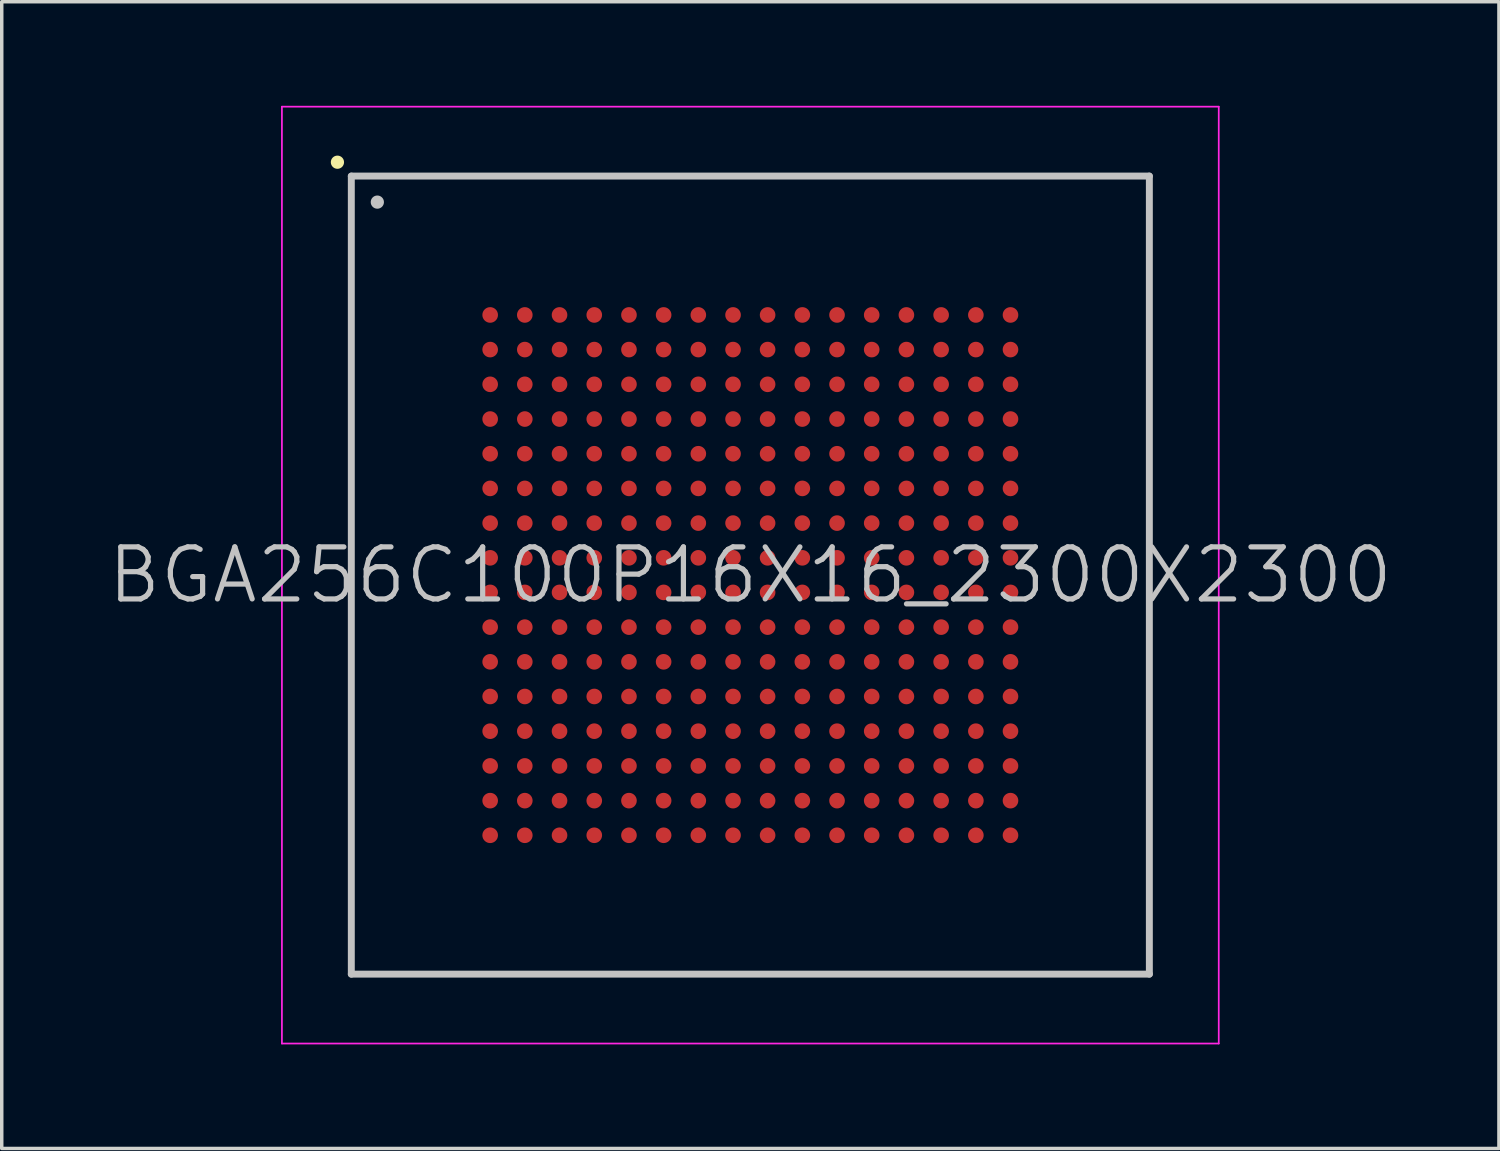
<source format=kicad_pcb>
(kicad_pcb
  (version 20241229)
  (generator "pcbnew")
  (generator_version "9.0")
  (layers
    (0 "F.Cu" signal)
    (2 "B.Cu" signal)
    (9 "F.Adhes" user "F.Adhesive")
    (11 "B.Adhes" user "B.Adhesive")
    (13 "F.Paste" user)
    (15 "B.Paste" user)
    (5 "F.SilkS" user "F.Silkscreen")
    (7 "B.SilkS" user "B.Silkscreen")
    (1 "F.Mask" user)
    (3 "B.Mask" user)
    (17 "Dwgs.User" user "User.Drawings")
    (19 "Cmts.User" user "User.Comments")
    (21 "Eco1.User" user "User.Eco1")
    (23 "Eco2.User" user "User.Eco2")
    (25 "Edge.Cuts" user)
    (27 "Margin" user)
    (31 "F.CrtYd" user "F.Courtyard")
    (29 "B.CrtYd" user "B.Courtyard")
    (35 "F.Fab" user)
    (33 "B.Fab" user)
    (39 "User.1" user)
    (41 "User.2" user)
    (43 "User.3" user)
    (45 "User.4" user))
  (footprint "BGA256C100P16X16_2300X2300"
    (layer "F.Cu")
    (at 18.575 13.525)
    (property "Reference" "BGA256C100P16X16_2300X2300" (at 0 0 0) (layer "Dwgs.User") (effects (font (size 1.5 1.5) (thickness 0.15))))
    (attr smd)
    (fp_line (start -11.9 -11.9) (end -11.9 -11.9) (stroke (width 0.381) (type solid)) (layer "F.SilkS"))
    (fp_line (start -11.5 -11.5) (end -11.5 11.5) (stroke (width 0.2) (type solid)) (layer "Dwgs.User"))
    (fp_line (start -11.5 -11.5) (end 11.5 -11.5) (stroke (width 0.2) (type solid)) (layer "Dwgs.User"))
    (fp_line (start -11.5 11.5) (end 11.5 11.5) (stroke (width 0.2) (type solid)) (layer "Dwgs.User"))
    (fp_line (start -10.75 -10.75) (end -10.75 -10.75) (stroke (width 0.381) (type solid)) (layer "Dwgs.User"))
    (fp_line (start 11.5 -11.5) (end 11.5 11.5) (stroke (width 0.2) (type solid)) (layer "Dwgs.User"))
    (fp_line (start -13.5 -13.5) (end -13.5 13.5) (stroke (width 0.05) (type solid)) (layer "F.CrtYd"))
    (fp_line (start -13.5 -13.5) (end 13.5 -13.5) (stroke (width 0.05) (type solid)) (layer "F.CrtYd"))
    (fp_line (start -13.5 13.5) (end 13.5 13.5) (stroke (width 0.05) (type solid)) (layer "F.CrtYd"))
    (fp_line (start 13.5 -13.5) (end 13.5 13.5) (stroke (width 0.05) (type solid)) (layer "F.CrtYd"))
    (pad "A1" smd circle (at -7.498 -7.498 270) (size 0.45 0.45) (layers "F.Cu" "F.Mask" "F.Paste"))
    (pad "A2" smd circle (at -6.5 -7.498 270) (size 0.45 0.45) (layers "F.Cu" "F.Mask" "F.Paste"))
    (pad "A3" smd circle (at -5.499 -7.498 270) (size 0.45 0.45) (layers "F.Cu" "F.Mask" "F.Paste"))
    (pad "A4" smd circle (at -4.498 -7.498 270) (size 0.45 0.45) (layers "F.Cu" "F.Mask" "F.Paste"))
    (pad "A5" smd circle (at -3.498 -7.498 270) (size 0.45 0.45) (layers "F.Cu" "F.Mask" "F.Paste"))
    (pad "A6" smd circle (at -2.499 -7.498 270) (size 0.45 0.45) (layers "F.Cu" "F.Mask" "F.Paste"))
    (pad "A7" smd circle (at -1.499 -7.498 270) (size 0.45 0.45) (layers "F.Cu" "F.Mask" "F.Paste"))
    (pad "A8" smd circle (at -0.498 -7.498 270) (size 0.45 0.45) (layers "F.Cu" "F.Mask" "F.Paste"))
    (pad "A9" smd circle (at 0.498 -7.498 270) (size 0.45 0.45) (layers "F.Cu" "F.Mask" "F.Paste"))
    (pad "A10" smd circle (at 1.499 -7.498 270) (size 0.45 0.45) (layers "F.Cu" "F.Mask" "F.Paste"))
    (pad "A11" smd circle (at 2.499 -7.498 270) (size 0.45 0.45) (layers "F.Cu" "F.Mask" "F.Paste"))
    (pad "A12" smd circle (at 3.498 -7.498 270) (size 0.45 0.45) (layers "F.Cu" "F.Mask" "F.Paste"))
    (pad "A13" smd circle (at 4.498 -7.498 270) (size 0.45 0.45) (layers "F.Cu" "F.Mask" "F.Paste"))
    (pad "A14" smd circle (at 5.499 -7.498 270) (size 0.45 0.45) (layers "F.Cu" "F.Mask" "F.Paste"))
    (pad "A15" smd circle (at 6.5 -7.498 270) (size 0.45 0.45) (layers "F.Cu" "F.Mask" "F.Paste"))
    (pad "A16" smd circle (at 7.498 -7.498 270) (size 0.45 0.45) (layers "F.Cu" "F.Mask" "F.Paste"))
    (pad "B1" smd circle (at -7.498 -6.5 270) (size 0.45 0.45) (layers "F.Cu" "F.Mask" "F.Paste"))
    (pad "B2" smd circle (at -6.5 -6.5 270) (size 0.45 0.45) (layers "F.Cu" "F.Mask" "F.Paste"))
    (pad "B3" smd circle (at -5.499 -6.5 270) (size 0.45 0.45) (layers "F.Cu" "F.Mask" "F.Paste"))
    (pad "B4" smd circle (at -4.498 -6.5 270) (size 0.45 0.45) (layers "F.Cu" "F.Mask" "F.Paste"))
    (pad "B5" smd circle (at -3.498 -6.5 270) (size 0.45 0.45) (layers "F.Cu" "F.Mask" "F.Paste"))
    (pad "B6" smd circle (at -2.499 -6.5 270) (size 0.45 0.45) (layers "F.Cu" "F.Mask" "F.Paste"))
    (pad "B7" smd circle (at -1.499 -6.5 270) (size 0.45 0.45) (layers "F.Cu" "F.Mask" "F.Paste"))
    (pad "B8" smd circle (at -0.498 -6.5 270) (size 0.45 0.45) (layers "F.Cu" "F.Mask" "F.Paste"))
    (pad "B9" smd circle (at 0.498 -6.5 270) (size 0.45 0.45) (layers "F.Cu" "F.Mask" "F.Paste"))
    (pad "B10" smd circle (at 1.499 -6.5 270) (size 0.45 0.45) (layers "F.Cu" "F.Mask" "F.Paste"))
    (pad "B11" smd circle (at 2.499 -6.5 270) (size 0.45 0.45) (layers "F.Cu" "F.Mask" "F.Paste"))
    (pad "B12" smd circle (at 3.498 -6.5 270) (size 0.45 0.45) (layers "F.Cu" "F.Mask" "F.Paste"))
    (pad "B13" smd circle (at 4.498 -6.5 270) (size 0.45 0.45) (layers "F.Cu" "F.Mask" "F.Paste"))
    (pad "B14" smd circle (at 5.499 -6.5 270) (size 0.45 0.45) (layers "F.Cu" "F.Mask" "F.Paste"))
    (pad "B15" smd circle (at 6.5 -6.5 270) (size 0.45 0.45) (layers "F.Cu" "F.Mask" "F.Paste"))
    (pad "B16" smd circle (at 7.498 -6.5 270) (size 0.45 0.45) (layers "F.Cu" "F.Mask" "F.Paste"))
    (pad "C1" smd circle (at -7.498 -5.499 270) (size 0.45 0.45) (layers "F.Cu" "F.Mask" "F.Paste"))
    (pad "C2" smd circle (at -6.5 -5.499 270) (size 0.45 0.45) (layers "F.Cu" "F.Mask" "F.Paste"))
    (pad "C3" smd circle (at -5.499 -5.499 270) (size 0.45 0.45) (layers "F.Cu" "F.Mask" "F.Paste"))
    (pad "C4" smd circle (at -4.498 -5.499 270) (size 0.45 0.45) (layers "F.Cu" "F.Mask" "F.Paste"))
    (pad "C5" smd circle (at -3.498 -5.499 270) (size 0.45 0.45) (layers "F.Cu" "F.Mask" "F.Paste"))
    (pad "C6" smd circle (at -2.499 -5.499 270) (size 0.45 0.45) (layers "F.Cu" "F.Mask" "F.Paste"))
    (pad "C7" smd circle (at -1.499 -5.499 270) (size 0.45 0.45) (layers "F.Cu" "F.Mask" "F.Paste"))
    (pad "C8" smd circle (at -0.498 -5.499 270) (size 0.45 0.45) (layers "F.Cu" "F.Mask" "F.Paste"))
    (pad "C9" smd circle (at 0.498 -5.499 270) (size 0.45 0.45) (layers "F.Cu" "F.Mask" "F.Paste"))
    (pad "C10" smd circle (at 1.499 -5.499 270) (size 0.45 0.45) (layers "F.Cu" "F.Mask" "F.Paste"))
    (pad "C11" smd circle (at 2.499 -5.499 270) (size 0.45 0.45) (layers "F.Cu" "F.Mask" "F.Paste"))
    (pad "C12" smd circle (at 3.498 -5.499 270) (size 0.45 0.45) (layers "F.Cu" "F.Mask" "F.Paste"))
    (pad "C13" smd circle (at 4.498 -5.499 270) (size 0.45 0.45) (layers "F.Cu" "F.Mask" "F.Paste"))
    (pad "C14" smd circle (at 5.499 -5.499 270) (size 0.45 0.45) (layers "F.Cu" "F.Mask" "F.Paste"))
    (pad "C15" smd circle (at 6.5 -5.499 270) (size 0.45 0.45) (layers "F.Cu" "F.Mask" "F.Paste"))
    (pad "C16" smd circle (at 7.498 -5.499 270) (size 0.45 0.45) (layers "F.Cu" "F.Mask" "F.Paste"))
    (pad "D1" smd circle (at -7.498 -4.498 270) (size 0.45 0.45) (layers "F.Cu" "F.Mask" "F.Paste"))
    (pad "D2" smd circle (at -6.5 -4.498 270) (size 0.45 0.45) (layers "F.Cu" "F.Mask" "F.Paste"))
    (pad "D3" smd circle (at -5.499 -4.498 270) (size 0.45 0.45) (layers "F.Cu" "F.Mask" "F.Paste"))
    (pad "D4" smd circle (at -4.498 -4.498 270) (size 0.45 0.45) (layers "F.Cu" "F.Mask" "F.Paste"))
    (pad "D5" smd circle (at -3.498 -4.498 270) (size 0.45 0.45) (layers "F.Cu" "F.Mask" "F.Paste"))
    (pad "D6" smd circle (at -2.499 -4.498 270) (size 0.45 0.45) (layers "F.Cu" "F.Mask" "F.Paste"))
    (pad "D7" smd circle (at -1.499 -4.498 270) (size 0.45 0.45) (layers "F.Cu" "F.Mask" "F.Paste"))
    (pad "D8" smd circle (at -0.498 -4.498 270) (size 0.45 0.45) (layers "F.Cu" "F.Mask" "F.Paste"))
    (pad "D9" smd circle (at 0.498 -4.498 270) (size 0.45 0.45) (layers "F.Cu" "F.Mask" "F.Paste"))
    (pad "D10" smd circle (at 1.499 -4.498 270) (size 0.45 0.45) (layers "F.Cu" "F.Mask" "F.Paste"))
    (pad "D11" smd circle (at 2.499 -4.498 270) (size 0.45 0.45) (layers "F.Cu" "F.Mask" "F.Paste"))
    (pad "D12" smd circle (at 3.498 -4.498 270) (size 0.45 0.45) (layers "F.Cu" "F.Mask" "F.Paste"))
    (pad "D13" smd circle (at 4.498 -4.498 270) (size 0.45 0.45) (layers "F.Cu" "F.Mask" "F.Paste"))
    (pad "D14" smd circle (at 5.499 -4.498 270) (size 0.45 0.45) (layers "F.Cu" "F.Mask" "F.Paste"))
    (pad "D15" smd circle (at 6.5 -4.498 270) (size 0.45 0.45) (layers "F.Cu" "F.Mask" "F.Paste"))
    (pad "D16" smd circle (at 7.498 -4.498 270) (size 0.45 0.45) (layers "F.Cu" "F.Mask" "F.Paste"))
    (pad "E1" smd circle (at -7.498 -3.498 270) (size 0.45 0.45) (layers "F.Cu" "F.Mask" "F.Paste"))
    (pad "E2" smd circle (at -6.5 -3.498 270) (size 0.45 0.45) (layers "F.Cu" "F.Mask" "F.Paste"))
    (pad "E3" smd circle (at -5.499 -3.498 270) (size 0.45 0.45) (layers "F.Cu" "F.Mask" "F.Paste"))
    (pad "E4" smd circle (at -4.498 -3.498 270) (size 0.45 0.45) (layers "F.Cu" "F.Mask" "F.Paste"))
    (pad "E5" smd circle (at -3.498 -3.498 270) (size 0.45 0.45) (layers "F.Cu" "F.Mask" "F.Paste"))
    (pad "E6" smd circle (at -2.499 -3.498 270) (size 0.45 0.45) (layers "F.Cu" "F.Mask" "F.Paste"))
    (pad "E7" smd circle (at -1.499 -3.498 270) (size 0.45 0.45) (layers "F.Cu" "F.Mask" "F.Paste"))
    (pad "E8" smd circle (at -0.498 -3.498 270) (size 0.45 0.45) (layers "F.Cu" "F.Mask" "F.Paste"))
    (pad "E9" smd circle (at 0.498 -3.498 270) (size 0.45 0.45) (layers "F.Cu" "F.Mask" "F.Paste"))
    (pad "E10" smd circle (at 1.499 -3.498 270) (size 0.45 0.45) (layers "F.Cu" "F.Mask" "F.Paste"))
    (pad "E11" smd circle (at 2.499 -3.498 270) (size 0.45 0.45) (layers "F.Cu" "F.Mask" "F.Paste"))
    (pad "E12" smd circle (at 3.498 -3.498 270) (size 0.45 0.45) (layers "F.Cu" "F.Mask" "F.Paste"))
    (pad "E13" smd circle (at 4.498 -3.498 270) (size 0.45 0.45) (layers "F.Cu" "F.Mask" "F.Paste"))
    (pad "E14" smd circle (at 5.499 -3.498 270) (size 0.45 0.45) (layers "F.Cu" "F.Mask" "F.Paste"))
    (pad "E15" smd circle (at 6.5 -3.498 270) (size 0.45 0.45) (layers "F.Cu" "F.Mask" "F.Paste"))
    (pad "E16" smd circle (at 7.498 -3.498 270) (size 0.45 0.45) (layers "F.Cu" "F.Mask" "F.Paste"))
    (pad "F1" smd circle (at -7.498 -2.499 270) (size 0.45 0.45) (layers "F.Cu" "F.Mask" "F.Paste"))
    (pad "F2" smd circle (at -6.5 -2.499 270) (size 0.45 0.45) (layers "F.Cu" "F.Mask" "F.Paste"))
    (pad "F3" smd circle (at -5.499 -2.499 270) (size 0.45 0.45) (layers "F.Cu" "F.Mask" "F.Paste"))
    (pad "F4" smd circle (at -4.498 -2.499 270) (size 0.45 0.45) (layers "F.Cu" "F.Mask" "F.Paste"))
    (pad "F5" smd circle (at -3.498 -2.499 270) (size 0.45 0.45) (layers "F.Cu" "F.Mask" "F.Paste"))
    (pad "F6" smd circle (at -2.499 -2.499 270) (size 0.45 0.45) (layers "F.Cu" "F.Mask" "F.Paste"))
    (pad "F7" smd circle (at -1.499 -2.499 270) (size 0.45 0.45) (layers "F.Cu" "F.Mask" "F.Paste"))
    (pad "F8" smd circle (at -0.498 -2.499 270) (size 0.45 0.45) (layers "F.Cu" "F.Mask" "F.Paste"))
    (pad "F9" smd circle (at 0.498 -2.499 270) (size 0.45 0.45) (layers "F.Cu" "F.Mask" "F.Paste"))
    (pad "F10" smd circle (at 1.499 -2.499 270) (size 0.45 0.45) (layers "F.Cu" "F.Mask" "F.Paste"))
    (pad "F11" smd circle (at 2.499 -2.499 270) (size 0.45 0.45) (layers "F.Cu" "F.Mask" "F.Paste"))
    (pad "F12" smd circle (at 3.498 -2.499 270) (size 0.45 0.45) (layers "F.Cu" "F.Mask" "F.Paste"))
    (pad "F13" smd circle (at 4.498 -2.499 270) (size 0.45 0.45) (layers "F.Cu" "F.Mask" "F.Paste"))
    (pad "F14" smd circle (at 5.499 -2.499 270) (size 0.45 0.45) (layers "F.Cu" "F.Mask" "F.Paste"))
    (pad "F15" smd circle (at 6.5 -2.499 270) (size 0.45 0.45) (layers "F.Cu" "F.Mask" "F.Paste"))
    (pad "F16" smd circle (at 7.498 -2.499 270) (size 0.45 0.45) (layers "F.Cu" "F.Mask" "F.Paste"))
    (pad "G1" smd circle (at -7.498 -1.499 270) (size 0.45 0.45) (layers "F.Cu" "F.Mask" "F.Paste"))
    (pad "G2" smd circle (at -6.5 -1.499 270) (size 0.45 0.45) (layers "F.Cu" "F.Mask" "F.Paste"))
    (pad "G3" smd circle (at -5.499 -1.499 270) (size 0.45 0.45) (layers "F.Cu" "F.Mask" "F.Paste"))
    (pad "G4" smd circle (at -4.498 -1.499 270) (size 0.45 0.45) (layers "F.Cu" "F.Mask" "F.Paste"))
    (pad "G5" smd circle (at -3.498 -1.499 270) (size 0.45 0.45) (layers "F.Cu" "F.Mask" "F.Paste"))
    (pad "G6" smd circle (at -2.499 -1.499 270) (size 0.45 0.45) (layers "F.Cu" "F.Mask" "F.Paste"))
    (pad "G7" smd circle (at -1.499 -1.499 270) (size 0.45 0.45) (layers "F.Cu" "F.Mask" "F.Paste"))
    (pad "G8" smd circle (at -0.498 -1.499 270) (size 0.45 0.45) (layers "F.Cu" "F.Mask" "F.Paste"))
    (pad "G9" smd circle (at 0.498 -1.499 270) (size 0.45 0.45) (layers "F.Cu" "F.Mask" "F.Paste"))
    (pad "G10" smd circle (at 1.499 -1.499 270) (size 0.45 0.45) (layers "F.Cu" "F.Mask" "F.Paste"))
    (pad "G11" smd circle (at 2.499 -1.499 270) (size 0.45 0.45) (layers "F.Cu" "F.Mask" "F.Paste"))
    (pad "G12" smd circle (at 3.498 -1.499 270) (size 0.45 0.45) (layers "F.Cu" "F.Mask" "F.Paste"))
    (pad "G13" smd circle (at 4.498 -1.499 270) (size 0.45 0.45) (layers "F.Cu" "F.Mask" "F.Paste"))
    (pad "G14" smd circle (at 5.499 -1.499 270) (size 0.45 0.45) (layers "F.Cu" "F.Mask" "F.Paste"))
    (pad "G15" smd circle (at 6.5 -1.499 270) (size 0.45 0.45) (layers "F.Cu" "F.Mask" "F.Paste"))
    (pad "G16" smd circle (at 7.498 -1.499 270) (size 0.45 0.45) (layers "F.Cu" "F.Mask" "F.Paste"))
    (pad "H1" smd circle (at -7.498 -0.498 270) (size 0.45 0.45) (layers "F.Cu" "F.Mask" "F.Paste"))
    (pad "H2" smd circle (at -6.5 -0.498 270) (size 0.45 0.45) (layers "F.Cu" "F.Mask" "F.Paste"))
    (pad "H3" smd circle (at -5.499 -0.498 270) (size 0.45 0.45) (layers "F.Cu" "F.Mask" "F.Paste"))
    (pad "H4" smd circle (at -4.498 -0.498 270) (size 0.45 0.45) (layers "F.Cu" "F.Mask" "F.Paste"))
    (pad "H5" smd circle (at -3.498 -0.498 270) (size 0.45 0.45) (layers "F.Cu" "F.Mask" "F.Paste"))
    (pad "H6" smd circle (at -2.499 -0.498 270) (size 0.45 0.45) (layers "F.Cu" "F.Mask" "F.Paste"))
    (pad "H7" smd circle (at -1.499 -0.498 270) (size 0.45 0.45) (layers "F.Cu" "F.Mask" "F.Paste"))
    (pad "H8" smd circle (at -0.498 -0.498 270) (size 0.45 0.45) (layers "F.Cu" "F.Mask" "F.Paste"))
    (pad "H9" smd circle (at 0.498 -0.498 270) (size 0.45 0.45) (layers "F.Cu" "F.Mask" "F.Paste"))
    (pad "H10" smd circle (at 1.499 -0.498 270) (size 0.45 0.45) (layers "F.Cu" "F.Mask" "F.Paste"))
    (pad "H11" smd circle (at 2.499 -0.498 270) (size 0.45 0.45) (layers "F.Cu" "F.Mask" "F.Paste"))
    (pad "H12" smd circle (at 3.498 -0.498 270) (size 0.45 0.45) (layers "F.Cu" "F.Mask" "F.Paste"))
    (pad "H13" smd circle (at 4.498 -0.498 270) (size 0.45 0.45) (layers "F.Cu" "F.Mask" "F.Paste"))
    (pad "H14" smd circle (at 5.499 -0.498 270) (size 0.45 0.45) (layers "F.Cu" "F.Mask" "F.Paste"))
    (pad "H15" smd circle (at 6.5 -0.498 270) (size 0.45 0.45) (layers "F.Cu" "F.Mask" "F.Paste"))
    (pad "H16" smd circle (at 7.498 -0.498 270) (size 0.45 0.45) (layers "F.Cu" "F.Mask" "F.Paste"))
    (pad "J1" smd circle (at -7.498 0.498 270) (size 0.45 0.45) (layers "F.Cu" "F.Mask" "F.Paste"))
    (pad "J2" smd circle (at -6.5 0.498 270) (size 0.45 0.45) (layers "F.Cu" "F.Mask" "F.Paste"))
    (pad "J3" smd circle (at -5.499 0.498 270) (size 0.45 0.45) (layers "F.Cu" "F.Mask" "F.Paste"))
    (pad "J4" smd circle (at -4.498 0.498 270) (size 0.45 0.45) (layers "F.Cu" "F.Mask" "F.Paste"))
    (pad "J5" smd circle (at -3.498 0.498 270) (size 0.45 0.45) (layers "F.Cu" "F.Mask" "F.Paste"))
    (pad "J6" smd circle (at -2.499 0.498 270) (size 0.45 0.45) (layers "F.Cu" "F.Mask" "F.Paste"))
    (pad "J7" smd circle (at -1.499 0.498 270) (size 0.45 0.45) (layers "F.Cu" "F.Mask" "F.Paste"))
    (pad "J8" smd circle (at -0.498 0.498 270) (size 0.45 0.45) (layers "F.Cu" "F.Mask" "F.Paste"))
    (pad "J9" smd circle (at 0.498 0.498 270) (size 0.45 0.45) (layers "F.Cu" "F.Mask" "F.Paste"))
    (pad "J10" smd circle (at 1.499 0.498 270) (size 0.45 0.45) (layers "F.Cu" "F.Mask" "F.Paste"))
    (pad "J11" smd circle (at 2.499 0.498 270) (size 0.45 0.45) (layers "F.Cu" "F.Mask" "F.Paste"))
    (pad "J12" smd circle (at 3.498 0.498 270) (size 0.45 0.45) (layers "F.Cu" "F.Mask" "F.Paste"))
    (pad "J13" smd circle (at 4.498 0.498 270) (size 0.45 0.45) (layers "F.Cu" "F.Mask" "F.Paste"))
    (pad "J14" smd circle (at 5.499 0.498 270) (size 0.45 0.45) (layers "F.Cu" "F.Mask" "F.Paste"))
    (pad "J15" smd circle (at 6.5 0.498 270) (size 0.45 0.45) (layers "F.Cu" "F.Mask" "F.Paste"))
    (pad "J16" smd circle (at 7.498 0.498 270) (size 0.45 0.45) (layers "F.Cu" "F.Mask" "F.Paste"))
    (pad "K1" smd circle (at -7.498 1.499 270) (size 0.45 0.45) (layers "F.Cu" "F.Mask" "F.Paste"))
    (pad "K2" smd circle (at -6.5 1.499 270) (size 0.45 0.45) (layers "F.Cu" "F.Mask" "F.Paste"))
    (pad "K3" smd circle (at -5.499 1.499 270) (size 0.45 0.45) (layers "F.Cu" "F.Mask" "F.Paste"))
    (pad "K4" smd circle (at -4.498 1.499 270) (size 0.45 0.45) (layers "F.Cu" "F.Mask" "F.Paste"))
    (pad "K5" smd circle (at -3.498 1.499 270) (size 0.45 0.45) (layers "F.Cu" "F.Mask" "F.Paste"))
    (pad "K6" smd circle (at -2.499 1.499 270) (size 0.45 0.45) (layers "F.Cu" "F.Mask" "F.Paste"))
    (pad "K7" smd circle (at -1.499 1.499 270) (size 0.45 0.45) (layers "F.Cu" "F.Mask" "F.Paste"))
    (pad "K8" smd circle (at -0.498 1.499 270) (size 0.45 0.45) (layers "F.Cu" "F.Mask" "F.Paste"))
    (pad "K9" smd circle (at 0.498 1.499 270) (size 0.45 0.45) (layers "F.Cu" "F.Mask" "F.Paste"))
    (pad "K10" smd circle (at 1.499 1.499 270) (size 0.45 0.45) (layers "F.Cu" "F.Mask" "F.Paste"))
    (pad "K11" smd circle (at 2.499 1.499 270) (size 0.45 0.45) (layers "F.Cu" "F.Mask" "F.Paste"))
    (pad "K12" smd circle (at 3.498 1.499 270) (size 0.45 0.45) (layers "F.Cu" "F.Mask" "F.Paste"))
    (pad "K13" smd circle (at 4.498 1.499 270) (size 0.45 0.45) (layers "F.Cu" "F.Mask" "F.Paste"))
    (pad "K14" smd circle (at 5.499 1.499 270) (size 0.45 0.45) (layers "F.Cu" "F.Mask" "F.Paste"))
    (pad "K15" smd circle (at 6.5 1.499 270) (size 0.45 0.45) (layers "F.Cu" "F.Mask" "F.Paste"))
    (pad "K16" smd circle (at 7.498 1.499 270) (size 0.45 0.45) (layers "F.Cu" "F.Mask" "F.Paste"))
    (pad "L1" smd circle (at -7.498 2.499 270) (size 0.45 0.45) (layers "F.Cu" "F.Mask" "F.Paste"))
    (pad "L2" smd circle (at -6.5 2.499 270) (size 0.45 0.45) (layers "F.Cu" "F.Mask" "F.Paste"))
    (pad "L3" smd circle (at -5.499 2.499 270) (size 0.45 0.45) (layers "F.Cu" "F.Mask" "F.Paste"))
    (pad "L4" smd circle (at -4.498 2.499 270) (size 0.45 0.45) (layers "F.Cu" "F.Mask" "F.Paste"))
    (pad "L5" smd circle (at -3.498 2.499 270) (size 0.45 0.45) (layers "F.Cu" "F.Mask" "F.Paste"))
    (pad "L6" smd circle (at -2.499 2.499 270) (size 0.45 0.45) (layers "F.Cu" "F.Mask" "F.Paste"))
    (pad "L7" smd circle (at -1.499 2.499 270) (size 0.45 0.45) (layers "F.Cu" "F.Mask" "F.Paste"))
    (pad "L8" smd circle (at -0.498 2.499 270) (size 0.45 0.45) (layers "F.Cu" "F.Mask" "F.Paste"))
    (pad "L9" smd circle (at 0.498 2.499 270) (size 0.45 0.45) (layers "F.Cu" "F.Mask" "F.Paste"))
    (pad "L10" smd circle (at 1.499 2.499 270) (size 0.45 0.45) (layers "F.Cu" "F.Mask" "F.Paste"))
    (pad "L11" smd circle (at 2.499 2.499 270) (size 0.45 0.45) (layers "F.Cu" "F.Mask" "F.Paste"))
    (pad "L12" smd circle (at 3.498 2.499 270) (size 0.45 0.45) (layers "F.Cu" "F.Mask" "F.Paste"))
    (pad "L13" smd circle (at 4.498 2.499 270) (size 0.45 0.45) (layers "F.Cu" "F.Mask" "F.Paste"))
    (pad "L14" smd circle (at 5.499 2.499 270) (size 0.45 0.45) (layers "F.Cu" "F.Mask" "F.Paste"))
    (pad "L15" smd circle (at 6.5 2.499 270) (size 0.45 0.45) (layers "F.Cu" "F.Mask" "F.Paste"))
    (pad "L16" smd circle (at 7.498 2.499 270) (size 0.45 0.45) (layers "F.Cu" "F.Mask" "F.Paste"))
    (pad "M1" smd circle (at -7.498 3.498 270) (size 0.45 0.45) (layers "F.Cu" "F.Mask" "F.Paste"))
    (pad "M2" smd circle (at -6.5 3.498 270) (size 0.45 0.45) (layers "F.Cu" "F.Mask" "F.Paste"))
    (pad "M3" smd circle (at -5.499 3.498 270) (size 0.45 0.45) (layers "F.Cu" "F.Mask" "F.Paste"))
    (pad "M4" smd circle (at -4.498 3.498 270) (size 0.45 0.45) (layers "F.Cu" "F.Mask" "F.Paste"))
    (pad "M5" smd circle (at -3.498 3.498 270) (size 0.45 0.45) (layers "F.Cu" "F.Mask" "F.Paste"))
    (pad "M6" smd circle (at -2.499 3.498 270) (size 0.45 0.45) (layers "F.Cu" "F.Mask" "F.Paste"))
    (pad "M7" smd circle (at -1.499 3.498 270) (size 0.45 0.45) (layers "F.Cu" "F.Mask" "F.Paste"))
    (pad "M8" smd circle (at -0.498 3.498 270) (size 0.45 0.45) (layers "F.Cu" "F.Mask" "F.Paste"))
    (pad "M9" smd circle (at 0.498 3.498 270) (size 0.45 0.45) (layers "F.Cu" "F.Mask" "F.Paste"))
    (pad "M10" smd circle (at 1.499 3.498 270) (size 0.45 0.45) (layers "F.Cu" "F.Mask" "F.Paste"))
    (pad "M11" smd circle (at 2.499 3.498 270) (size 0.45 0.45) (layers "F.Cu" "F.Mask" "F.Paste"))
    (pad "M12" smd circle (at 3.498 3.498 270) (size 0.45 0.45) (layers "F.Cu" "F.Mask" "F.Paste"))
    (pad "M13" smd circle (at 4.498 3.498 270) (size 0.45 0.45) (layers "F.Cu" "F.Mask" "F.Paste"))
    (pad "M14" smd circle (at 5.499 3.498 270) (size 0.45 0.45) (layers "F.Cu" "F.Mask" "F.Paste"))
    (pad "M15" smd circle (at 6.5 3.498 270) (size 0.45 0.45) (layers "F.Cu" "F.Mask" "F.Paste"))
    (pad "M16" smd circle (at 7.498 3.498 270) (size 0.45 0.45) (layers "F.Cu" "F.Mask" "F.Paste"))
    (pad "N1" smd circle (at -7.498 4.498 270) (size 0.45 0.45) (layers "F.Cu" "F.Mask" "F.Paste"))
    (pad "N2" smd circle (at -6.5 4.498 270) (size 0.45 0.45) (layers "F.Cu" "F.Mask" "F.Paste"))
    (pad "N3" smd circle (at -5.499 4.498 270) (size 0.45 0.45) (layers "F.Cu" "F.Mask" "F.Paste"))
    (pad "N4" smd circle (at -4.498 4.498 270) (size 0.45 0.45) (layers "F.Cu" "F.Mask" "F.Paste"))
    (pad "N5" smd circle (at -3.498 4.498 270) (size 0.45 0.45) (layers "F.Cu" "F.Mask" "F.Paste"))
    (pad "N6" smd circle (at -2.499 4.498 270) (size 0.45 0.45) (layers "F.Cu" "F.Mask" "F.Paste"))
    (pad "N7" smd circle (at -1.499 4.498 270) (size 0.45 0.45) (layers "F.Cu" "F.Mask" "F.Paste"))
    (pad "N8" smd circle (at -0.498 4.498 270) (size 0.45 0.45) (layers "F.Cu" "F.Mask" "F.Paste"))
    (pad "N9" smd circle (at 0.498 4.498 270) (size 0.45 0.45) (layers "F.Cu" "F.Mask" "F.Paste"))
    (pad "N10" smd circle (at 1.499 4.498 270) (size 0.45 0.45) (layers "F.Cu" "F.Mask" "F.Paste"))
    (pad "N11" smd circle (at 2.499 4.498 270) (size 0.45 0.45) (layers "F.Cu" "F.Mask" "F.Paste"))
    (pad "N12" smd circle (at 3.498 4.498 270) (size 0.45 0.45) (layers "F.Cu" "F.Mask" "F.Paste"))
    (pad "N13" smd circle (at 4.498 4.498 270) (size 0.45 0.45) (layers "F.Cu" "F.Mask" "F.Paste"))
    (pad "N14" smd circle (at 5.499 4.498 270) (size 0.45 0.45) (layers "F.Cu" "F.Mask" "F.Paste"))
    (pad "N15" smd circle (at 6.5 4.498 270) (size 0.45 0.45) (layers "F.Cu" "F.Mask" "F.Paste"))
    (pad "N16" smd circle (at 7.498 4.498 270) (size 0.45 0.45) (layers "F.Cu" "F.Mask" "F.Paste"))
    (pad "P1" smd circle (at -7.498 5.499 270) (size 0.45 0.45) (layers "F.Cu" "F.Mask" "F.Paste"))
    (pad "P2" smd circle (at -6.5 5.499 270) (size 0.45 0.45) (layers "F.Cu" "F.Mask" "F.Paste"))
    (pad "P3" smd circle (at -5.499 5.499 270) (size 0.45 0.45) (layers "F.Cu" "F.Mask" "F.Paste"))
    (pad "P4" smd circle (at -4.498 5.499 270) (size 0.45 0.45) (layers "F.Cu" "F.Mask" "F.Paste"))
    (pad "P5" smd circle (at -3.498 5.499 270) (size 0.45 0.45) (layers "F.Cu" "F.Mask" "F.Paste"))
    (pad "P6" smd circle (at -2.499 5.499 270) (size 0.45 0.45) (layers "F.Cu" "F.Mask" "F.Paste"))
    (pad "P7" smd circle (at -1.499 5.499 270) (size 0.45 0.45) (layers "F.Cu" "F.Mask" "F.Paste"))
    (pad "P8" smd circle (at -0.498 5.499 270) (size 0.45 0.45) (layers "F.Cu" "F.Mask" "F.Paste"))
    (pad "P9" smd circle (at 0.498 5.499 270) (size 0.45 0.45) (layers "F.Cu" "F.Mask" "F.Paste"))
    (pad "P10" smd circle (at 1.499 5.499 270) (size 0.45 0.45) (layers "F.Cu" "F.Mask" "F.Paste"))
    (pad "P11" smd circle (at 2.499 5.499 270) (size 0.45 0.45) (layers "F.Cu" "F.Mask" "F.Paste"))
    (pad "P12" smd circle (at 3.498 5.499 270) (size 0.45 0.45) (layers "F.Cu" "F.Mask" "F.Paste"))
    (pad "P13" smd circle (at 4.498 5.499 270) (size 0.45 0.45) (layers "F.Cu" "F.Mask" "F.Paste"))
    (pad "P14" smd circle (at 5.499 5.499 270) (size 0.45 0.45) (layers "F.Cu" "F.Mask" "F.Paste"))
    (pad "P15" smd circle (at 6.5 5.499 270) (size 0.45 0.45) (layers "F.Cu" "F.Mask" "F.Paste"))
    (pad "P16" smd circle (at 7.498 5.499 270) (size 0.45 0.45) (layers "F.Cu" "F.Mask" "F.Paste"))
    (pad "R1" smd circle (at -7.498 6.5 270) (size 0.45 0.45) (layers "F.Cu" "F.Mask" "F.Paste"))
    (pad "R2" smd circle (at -6.5 6.5 270) (size 0.45 0.45) (layers "F.Cu" "F.Mask" "F.Paste"))
    (pad "R3" smd circle (at -5.499 6.5 270) (size 0.45 0.45) (layers "F.Cu" "F.Mask" "F.Paste"))
    (pad "R4" smd circle (at -4.498 6.5 270) (size 0.45 0.45) (layers "F.Cu" "F.Mask" "F.Paste"))
    (pad "R5" smd circle (at -3.498 6.5 270) (size 0.45 0.45) (layers "F.Cu" "F.Mask" "F.Paste"))
    (pad "R6" smd circle (at -2.499 6.5 270) (size 0.45 0.45) (layers "F.Cu" "F.Mask" "F.Paste"))
    (pad "R7" smd circle (at -1.499 6.5 270) (size 0.45 0.45) (layers "F.Cu" "F.Mask" "F.Paste"))
    (pad "R8" smd circle (at -0.498 6.5 270) (size 0.45 0.45) (layers "F.Cu" "F.Mask" "F.Paste"))
    (pad "R9" smd circle (at 0.498 6.5 270) (size 0.45 0.45) (layers "F.Cu" "F.Mask" "F.Paste"))
    (pad "R10" smd circle (at 1.499 6.5 270) (size 0.45 0.45) (layers "F.Cu" "F.Mask" "F.Paste"))
    (pad "R11" smd circle (at 2.499 6.5 270) (size 0.45 0.45) (layers "F.Cu" "F.Mask" "F.Paste"))
    (pad "R12" smd circle (at 3.498 6.5 270) (size 0.45 0.45) (layers "F.Cu" "F.Mask" "F.Paste"))
    (pad "R13" smd circle (at 4.498 6.5 270) (size 0.45 0.45) (layers "F.Cu" "F.Mask" "F.Paste"))
    (pad "R14" smd circle (at 5.499 6.5 270) (size 0.45 0.45) (layers "F.Cu" "F.Mask" "F.Paste"))
    (pad "R15" smd circle (at 6.5 6.5 270) (size 0.45 0.45) (layers "F.Cu" "F.Mask" "F.Paste"))
    (pad "R16" smd circle (at 7.498 6.5 270) (size 0.45 0.45) (layers "F.Cu" "F.Mask" "F.Paste"))
    (pad "T1" smd circle (at -7.498 7.498 270) (size 0.45 0.45) (layers "F.Cu" "F.Mask" "F.Paste"))
    (pad "T2" smd circle (at -6.5 7.498 270) (size 0.45 0.45) (layers "F.Cu" "F.Mask" "F.Paste"))
    (pad "T3" smd circle (at -5.499 7.498 270) (size 0.45 0.45) (layers "F.Cu" "F.Mask" "F.Paste"))
    (pad "T4" smd circle (at -4.498 7.498 270) (size 0.45 0.45) (layers "F.Cu" "F.Mask" "F.Paste"))
    (pad "T5" smd circle (at -3.498 7.498 270) (size 0.45 0.45) (layers "F.Cu" "F.Mask" "F.Paste"))
    (pad "T6" smd circle (at -2.499 7.498 270) (size 0.45 0.45) (layers "F.Cu" "F.Mask" "F.Paste"))
    (pad "T7" smd circle (at -1.499 7.498 270) (size 0.45 0.45) (layers "F.Cu" "F.Mask" "F.Paste"))
    (pad "T8" smd circle (at -0.498 7.498 270) (size 0.45 0.45) (layers "F.Cu" "F.Mask" "F.Paste"))
    (pad "T9" smd circle (at 0.498 7.498 270) (size 0.45 0.45) (layers "F.Cu" "F.Mask" "F.Paste"))
    (pad "T10" smd circle (at 1.499 7.498 270) (size 0.45 0.45) (layers "F.Cu" "F.Mask" "F.Paste"))
    (pad "T11" smd circle (at 2.499 7.498 270) (size 0.45 0.45) (layers "F.Cu" "F.Mask" "F.Paste"))
    (pad "T12" smd circle (at 3.498 7.498 270) (size 0.45 0.45) (layers "F.Cu" "F.Mask" "F.Paste"))
    (pad "T13" smd circle (at 4.498 7.498 270) (size 0.45 0.45) (layers "F.Cu" "F.Mask" "F.Paste"))
    (pad "T14" smd circle (at 5.499 7.498 270) (size 0.45 0.45) (layers "F.Cu" "F.Mask" "F.Paste"))
    (pad "T15" smd circle (at 6.5 7.498 270) (size 0.45 0.45) (layers "F.Cu" "F.Mask" "F.Paste"))
    (pad "T16" smd circle (at 7.498 7.498 270) (size 0.45 0.45) (layers "F.Cu" "F.Mask" "F.Paste")))
  (gr_rect
    (start -3 -3)
    (end 40.15 30.05)
    (stroke (width 0.1) (type default))
    (fill no)
    (layer "Edge.Cuts")))
</source>
